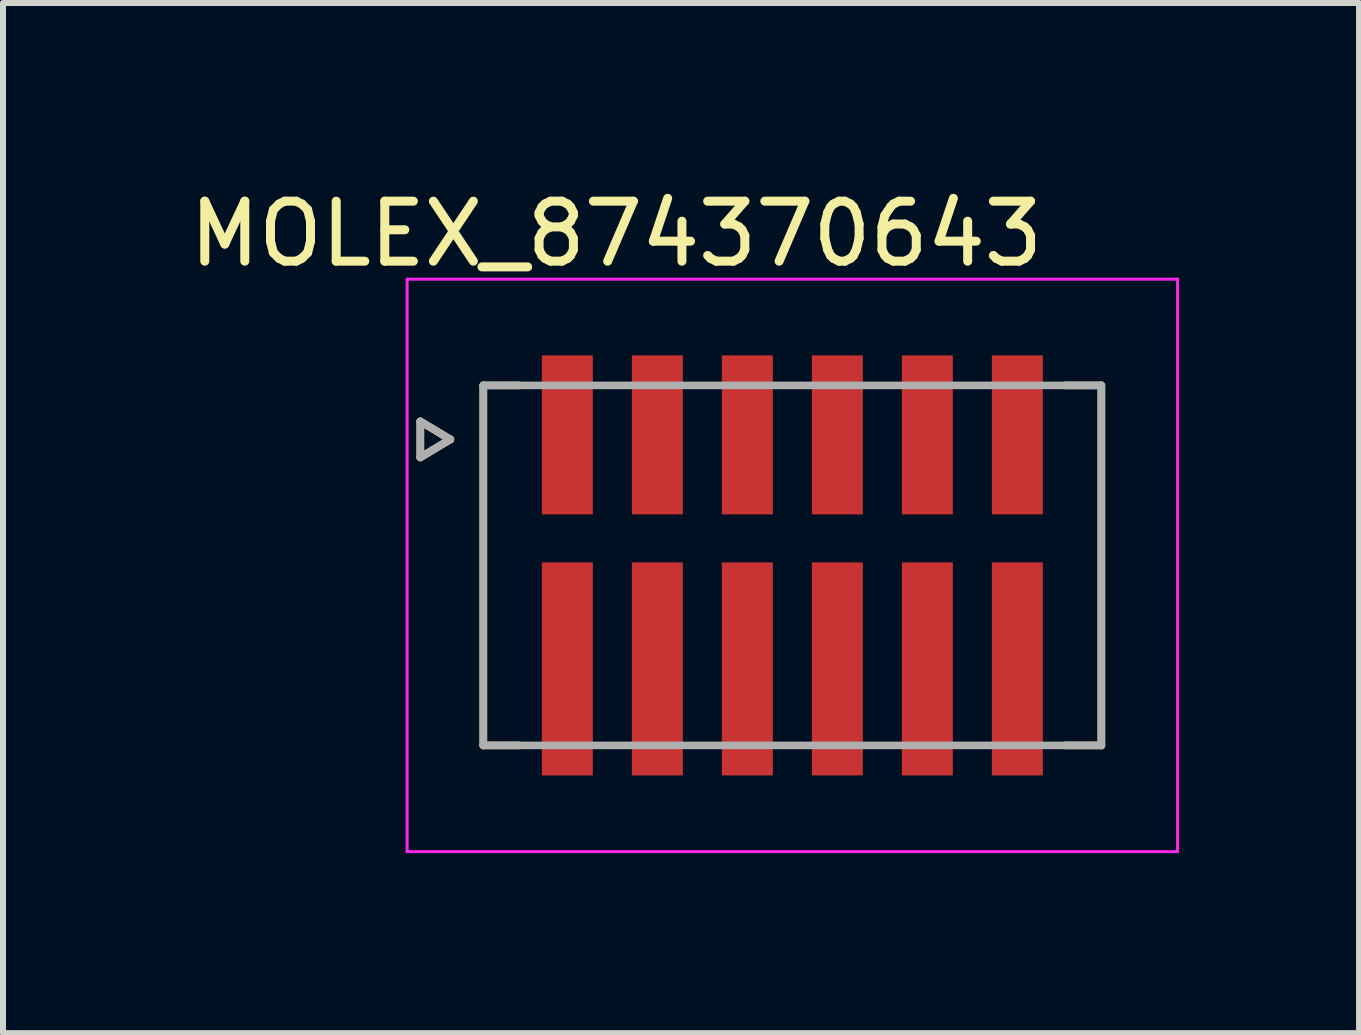
<source format=kicad_pcb>
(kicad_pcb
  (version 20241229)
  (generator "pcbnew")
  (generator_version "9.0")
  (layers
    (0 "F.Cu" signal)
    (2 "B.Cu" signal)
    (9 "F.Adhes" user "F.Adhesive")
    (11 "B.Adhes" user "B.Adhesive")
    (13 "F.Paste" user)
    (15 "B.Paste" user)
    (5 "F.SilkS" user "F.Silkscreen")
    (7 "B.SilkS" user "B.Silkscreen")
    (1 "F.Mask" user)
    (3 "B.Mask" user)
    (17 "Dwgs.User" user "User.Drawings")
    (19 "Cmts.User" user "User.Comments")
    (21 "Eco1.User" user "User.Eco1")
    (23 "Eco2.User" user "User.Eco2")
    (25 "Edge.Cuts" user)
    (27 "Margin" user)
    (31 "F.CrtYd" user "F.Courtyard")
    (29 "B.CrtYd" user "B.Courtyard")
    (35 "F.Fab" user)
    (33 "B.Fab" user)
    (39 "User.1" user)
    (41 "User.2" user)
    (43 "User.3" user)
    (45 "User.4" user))
  (footprint "MOLEX_874370643"
    (layer "F.Cu")
    (at 10.155 6.373)
    (property "Reference" "MOLEX_874370643" (at -2.935 -5.525 0) (layer "F.SilkS") (effects (font (size 1 1) (thickness 0.15))))
    (attr through_hole)
    (fp_poly (pts (xy -4.251 -3.576) (xy -3.249 -3.576) (xy -3.249 -0.774) (xy -4.251 -0.774)) (stroke (width 0.01) (type solid)) (fill yes) (layer "F.Mask"))
    (fp_poly (pts (xy -4.251 -0.126) (xy -3.249 -0.126) (xy -3.249 3.576) (xy -4.251 3.576)) (stroke (width 0.01) (type solid)) (fill yes) (layer "F.Mask"))
    (fp_poly (pts (xy -2.751 -3.576) (xy -1.749 -3.576) (xy -1.749 -0.774) (xy -2.751 -0.774)) (stroke (width 0.01) (type solid)) (fill yes) (layer "F.Mask"))
    (fp_poly (pts (xy -2.751 -0.126) (xy -1.749 -0.126) (xy -1.749 3.576) (xy -2.751 3.576)) (stroke (width 0.01) (type solid)) (fill yes) (layer "F.Mask"))
    (fp_poly (pts (xy -1.251 -3.576) (xy -0.249 -3.576) (xy -0.249 -0.774) (xy -1.251 -0.774)) (stroke (width 0.01) (type solid)) (fill yes) (layer "F.Mask"))
    (fp_poly (pts (xy -1.251 -0.126) (xy -0.249 -0.126) (xy -0.249 3.576) (xy -1.251 3.576)) (stroke (width 0.01) (type solid)) (fill yes) (layer "F.Mask"))
    (fp_poly (pts (xy 0.249 -3.576) (xy 1.251 -3.576) (xy 1.251 -0.774) (xy 0.249 -0.774)) (stroke (width 0.01) (type solid)) (fill yes) (layer "F.Mask"))
    (fp_poly (pts (xy 0.249 -0.126) (xy 1.251 -0.126) (xy 1.251 3.576) (xy 0.249 3.576)) (stroke (width 0.01) (type solid)) (fill yes) (layer "F.Mask"))
    (fp_poly (pts (xy 1.749 -3.576) (xy 2.751 -3.576) (xy 2.751 -0.774) (xy 1.749 -0.774)) (stroke (width 0.01) (type solid)) (fill yes) (layer "F.Mask"))
    (fp_poly (pts (xy 1.749 -0.126) (xy 2.751 -0.126) (xy 2.751 3.576) (xy 1.749 3.576)) (stroke (width 0.01) (type solid)) (fill yes) (layer "F.Mask"))
    (fp_poly (pts (xy 3.249 -3.576) (xy 4.251 -3.576) (xy 4.251 -0.774) (xy 3.249 -0.774)) (stroke (width 0.01) (type solid)) (fill yes) (layer "F.Mask"))
    (fp_poly (pts (xy 3.249 -0.126) (xy 4.251 -0.126) (xy 4.251 3.576) (xy 3.249 3.576)) (stroke (width 0.01) (type solid)) (fill yes) (layer "F.Mask"))
    (fp_line (start -6.2 -2.4) (end -6.2 -1.8) (stroke (width 0.127) (type solid)) (layer "F.SilkS"))
    (fp_line (start -6.2 -1.8) (end -5.7 -2.1) (stroke (width 0.127) (type solid)) (layer "F.SilkS"))
    (fp_line (start -5.7 -2.1) (end -6.2 -2.4) (stroke (width 0.127) (type solid)) (layer "F.SilkS"))
    (fp_line (start -5.15 3) (end -5.15 -3) (stroke (width 0.127) (type solid)) (layer "F.SilkS"))
    (fp_line (start -5.15 3) (end -4.55 3) (stroke (width 0.127) (type solid)) (layer "F.SilkS"))
    (fp_line (start -4.55 -3) (end -5.15 -3) (stroke (width 0.127) (type solid)) (layer "F.SilkS"))
    (fp_line (start 5.15 -3) (end 4.55 -3) (stroke (width 0.127) (type solid)) (layer "F.SilkS"))
    (fp_line (start 5.15 3) (end 4.55 3) (stroke (width 0.127) (type solid)) (layer "F.SilkS"))
    (fp_line (start 5.15 3) (end 5.15 -3) (stroke (width 0.127) (type solid)) (layer "F.SilkS"))
    (fp_line (start -6.42 -4.77) (end 6.42 -4.77) (stroke (width 0.05) (type solid)) (layer "F.CrtYd"))
    (fp_line (start -6.42 4.77) (end -6.42 -4.77) (stroke (width 0.05) (type solid)) (layer "F.CrtYd"))
    (fp_line (start 6.42 -4.77) (end 6.42 4.77) (stroke (width 0.05) (type solid)) (layer "F.CrtYd"))
    (fp_line (start 6.42 4.77) (end -6.42 4.77) (stroke (width 0.05) (type solid)) (layer "F.CrtYd"))
    (fp_line (start -6.2 -2.4) (end -5.7 -2.1) (stroke (width 0.127) (type solid)) (layer "F.Fab"))
    (fp_line (start -6.2 -1.8) (end -6.2 -2.4) (stroke (width 0.127) (type solid)) (layer "F.Fab"))
    (fp_line (start -5.7 -2.1) (end -6.2 -1.8) (stroke (width 0.127) (type solid)) (layer "F.Fab"))
    (fp_line (start -5.15 -3) (end 5.15 -3) (stroke (width 0.127) (type solid)) (layer "F.Fab"))
    (fp_line (start -5.15 3) (end -5.15 -3) (stroke (width 0.127) (type solid)) (layer "F.Fab"))
    (fp_line (start 5.15 -3) (end 5.15 3) (stroke (width 0.127) (type solid)) (layer "F.Fab"))
    (fp_line (start 5.15 3) (end -5.15 3) (stroke (width 0.127) (type solid)) (layer "F.Fab"))
    (pad "1_1" smd rect (at -3.75 -2.175) (size 0.85 2.65) (layers "F.Cu" "F.Paste"))
    (pad "1_2" smd rect (at -3.75 1.725) (size 0.85 3.55) (layers "F.Cu" "F.Paste"))
    (pad "2_1" smd rect (at -2.25 -2.175) (size 0.85 2.65) (layers "F.Cu" "F.Paste"))
    (pad "2_2" smd rect (at -2.25 1.725) (size 0.85 3.55) (layers "F.Cu" "F.Paste"))
    (pad "3_1" smd rect (at -0.75 -2.175) (size 0.85 2.65) (layers "F.Cu" "F.Paste"))
    (pad "3_2" smd rect (at -0.75 1.725) (size 0.85 3.55) (layers "F.Cu" "F.Paste"))
    (pad "4_1" smd rect (at 0.75 -2.175) (size 0.85 2.65) (layers "F.Cu" "F.Paste"))
    (pad "4_2" smd rect (at 0.75 1.725) (size 0.85 3.55) (layers "F.Cu" "F.Paste"))
    (pad "5_1" smd rect (at 2.25 -2.175) (size 0.85 2.65) (layers "F.Cu" "F.Paste"))
    (pad "5_2" smd rect (at 2.25 1.725) (size 0.85 3.55) (layers "F.Cu" "F.Paste"))
    (pad "6_1" smd rect (at 3.75 -2.175) (size 0.85 2.65) (layers "F.Cu" "F.Paste"))
    (pad "6_2" smd rect (at 3.75 1.725) (size 0.85 3.55) (layers "F.Cu" "F.Paste"))
    (zone (net_name "") (layer "F.Cu") (hatch full 0.508) (connect_pads) (min_thickness 0.01) (filled_areas_thickness no) (keepout (tracks not_allowed) (vias not_allowed) (pads not_allowed) (copperpour not_allowed) (footprints allowed)) (placement (enabled no)) (fill) (polygon (pts (xy 5.98 5.523) (xy 6.83 5.523) (xy 6.83 6.323) (xy 5.98 6.323))))
    (zone (net_name "") (layer "F.Cu") (hatch full 0.508) (connect_pads) (min_thickness 0.01) (filled_areas_thickness no) (keepout (tracks not_allowed) (vias not_allowed) (pads not_allowed) (copperpour not_allowed) (footprints allowed)) (placement (enabled no)) (fill) (polygon (pts (xy 7.48 5.523) (xy 8.33 5.523) (xy 8.33 6.323) (xy 7.48 6.323))))
    (zone (net_name "") (layer "F.Cu") (hatch full 0.508) (connect_pads) (min_thickness 0.01) (filled_areas_thickness no) (keepout (tracks not_allowed) (vias not_allowed) (pads not_allowed) (copperpour not_allowed) (footprints allowed)) (placement (enabled no)) (fill) (polygon (pts (xy 8.98 5.523) (xy 9.83 5.523) (xy 9.83 6.323) (xy 8.98 6.323))))
    (zone (net_name "") (layer "F.Cu") (hatch full 0.508) (connect_pads) (min_thickness 0.01) (filled_areas_thickness no) (keepout (tracks not_allowed) (vias not_allowed) (pads not_allowed) (copperpour not_allowed) (footprints allowed)) (placement (enabled no)) (fill) (polygon (pts (xy 10.48 5.523) (xy 11.33 5.523) (xy 11.33 6.323) (xy 10.48 6.323))))
    (zone (net_name "") (layer "F.Cu") (hatch full 0.508) (connect_pads) (min_thickness 0.01) (filled_areas_thickness no) (keepout (tracks not_allowed) (vias not_allowed) (pads not_allowed) (copperpour not_allowed) (footprints allowed)) (placement (enabled no)) (fill) (polygon (pts (xy 11.98 5.523) (xy 12.83 5.523) (xy 12.83 6.323) (xy 11.98 6.323))))
    (zone (net_name "") (layer "F.Cu") (hatch full 0.508) (connect_pads) (min_thickness 0.01) (filled_areas_thickness no) (keepout (tracks not_allowed) (vias not_allowed) (pads not_allowed) (copperpour not_allowed) (footprints allowed)) (placement (enabled no)) (fill) (polygon (pts (xy 13.48 5.523) (xy 14.33 5.523) (xy 14.33 6.323) (xy 13.48 6.323)))))
  (gr_rect
    (start -3 -3)
    (end 19.6 14.168)
    (stroke (width 0.1) (type default))
    (fill no)
    (layer "Edge.Cuts")))
</source>
